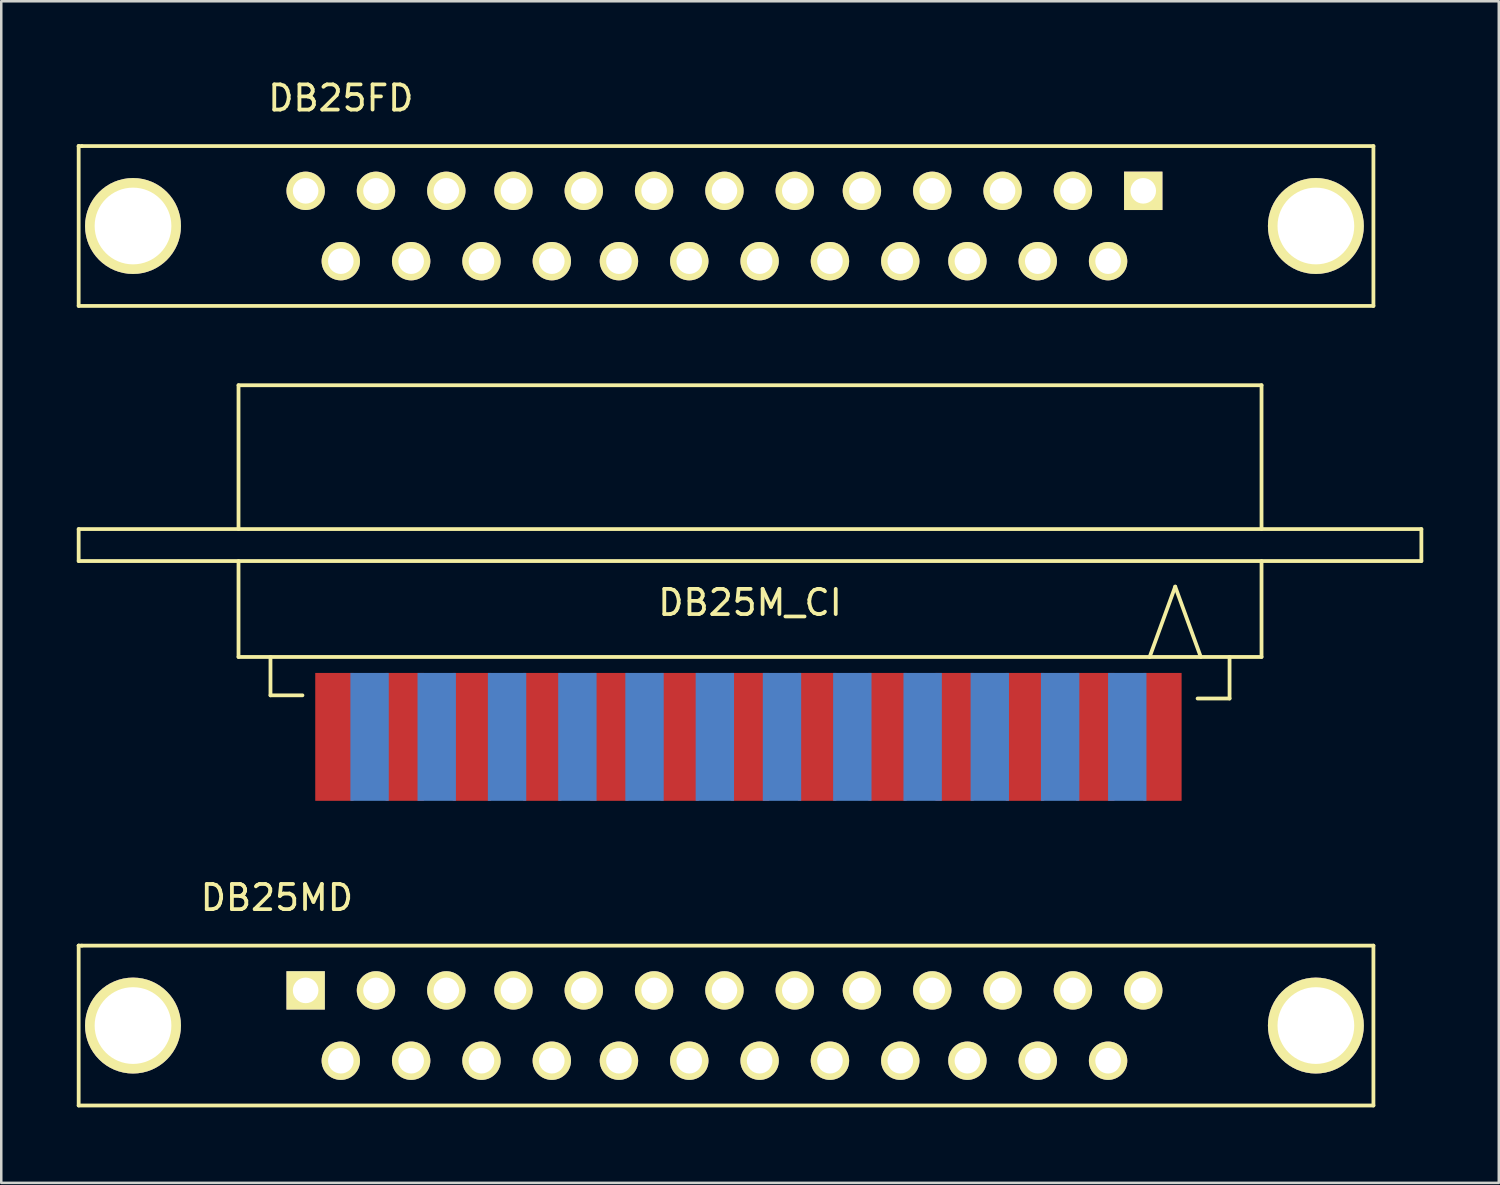
<source format=kicad_pcb>
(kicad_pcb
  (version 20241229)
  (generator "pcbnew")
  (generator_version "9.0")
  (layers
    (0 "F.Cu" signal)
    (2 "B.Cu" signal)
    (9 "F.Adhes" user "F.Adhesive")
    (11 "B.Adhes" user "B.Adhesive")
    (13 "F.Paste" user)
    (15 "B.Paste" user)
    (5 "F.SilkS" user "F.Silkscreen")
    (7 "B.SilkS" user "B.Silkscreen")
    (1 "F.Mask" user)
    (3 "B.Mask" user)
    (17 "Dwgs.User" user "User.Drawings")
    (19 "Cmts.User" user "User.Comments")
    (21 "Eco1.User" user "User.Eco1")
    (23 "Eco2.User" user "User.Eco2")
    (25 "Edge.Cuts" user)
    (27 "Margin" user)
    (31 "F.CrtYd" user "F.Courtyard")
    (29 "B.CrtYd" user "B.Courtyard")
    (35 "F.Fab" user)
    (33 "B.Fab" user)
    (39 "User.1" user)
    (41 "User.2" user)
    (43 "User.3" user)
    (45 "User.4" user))
  (footprint "DB25MD"
    (layer "F.Cu")
    (at 25.729 37.691)
    (property "Reference" "DB25MD" (at -17.78 -5.08 180) (layer "F.SilkS") (effects (font (size 1 1) (thickness 0.15))))
    (attr through_hole)
    (fp_line (start -25.654 -3.175) (end -25.654 -3.175) (stroke (width 0.15) (type solid)) (layer "F.SilkS"))
    (fp_line (start -25.654 -3.175) (end -25.654 3.175) (stroke (width 0.15) (type solid)) (layer "F.SilkS"))
    (fp_line (start -25.654 3.175) (end 25.781 3.175) (stroke (width 0.15) (type solid)) (layer "F.SilkS"))
    (fp_line (start -25.527 -3.175) (end -25.654 -3.175) (stroke (width 0.15) (type solid)) (layer "F.SilkS"))
    (fp_line (start 25.781 -3.175) (end -25.527 -3.175) (stroke (width 0.15) (type solid)) (layer "F.SilkS"))
    (fp_line (start 25.781 3.175) (end 25.781 -3.175) (stroke (width 0.15) (type solid)) (layer "F.SilkS"))
    (pad "0" thru_hole circle (at -23.495 0) (size 3.81 3.81) (drill 3.048) (layers "*.Cu" "*.Mask" "F.SilkS"))
    (pad "0" thru_hole circle (at 23.495 0) (size 3.81 3.81) (drill 3.048) (layers "*.Cu" "*.Mask" "F.SilkS"))
    (pad "1" thru_hole rect (at -16.637 -1.397) (size 1.524 1.524) (drill 1.016) (layers "*.Cu" "*.Mask" "F.SilkS"))
    (pad "2" thru_hole circle (at -13.843 -1.397) (size 1.524 1.524) (drill 1.016) (layers "*.Cu" "*.Mask" "F.SilkS"))
    (pad "3" thru_hole circle (at -11.049 -1.397) (size 1.524 1.524) (drill 1.016) (layers "*.Cu" "*.Mask" "F.SilkS"))
    (pad "4" thru_hole circle (at -8.382 -1.397) (size 1.524 1.524) (drill 1.016) (layers "*.Cu" "*.Mask" "F.SilkS"))
    (pad "5" thru_hole circle (at -5.588 -1.397) (size 1.524 1.524) (drill 1.016) (layers "*.Cu" "*.Mask" "F.SilkS"))
    (pad "6" thru_hole circle (at -2.794 -1.397) (size 1.524 1.524) (drill 1.016) (layers "*.Cu" "*.Mask" "F.SilkS"))
    (pad "7" thru_hole circle (at 0 -1.397) (size 1.524 1.524) (drill 1.016) (layers "*.Cu" "*.Mask" "F.SilkS"))
    (pad "8" thru_hole circle (at 2.794 -1.397) (size 1.524 1.524) (drill 1.016) (layers "*.Cu" "*.Mask" "F.SilkS"))
    (pad "9" thru_hole circle (at 5.461 -1.397) (size 1.524 1.524) (drill 1.016) (layers "*.Cu" "*.Mask" "F.SilkS"))
    (pad "10" thru_hole circle (at 8.255 -1.397) (size 1.524 1.524) (drill 1.016) (layers "*.Cu" "*.Mask" "F.SilkS"))
    (pad "11" thru_hole circle (at 11.049 -1.397) (size 1.524 1.524) (drill 1.016) (layers "*.Cu" "*.Mask" "F.SilkS"))
    (pad "12" thru_hole circle (at 13.843 -1.397) (size 1.524 1.524) (drill 1.016) (layers "*.Cu" "*.Mask" "F.SilkS"))
    (pad "13" thru_hole circle (at 16.637 -1.397) (size 1.524 1.524) (drill 1.016) (layers "*.Cu" "*.Mask" "F.SilkS"))
    (pad "14" thru_hole circle (at -15.24 1.397) (size 1.524 1.524) (drill 1.016) (layers "*.Cu" "*.Mask" "F.SilkS"))
    (pad "15" thru_hole circle (at -12.446 1.397) (size 1.524 1.524) (drill 1.016) (layers "*.Cu" "*.Mask" "F.SilkS"))
    (pad "16" thru_hole circle (at -9.652 1.397) (size 1.524 1.524) (drill 1.016) (layers "*.Cu" "*.Mask" "F.SilkS"))
    (pad "17" thru_hole circle (at -6.858 1.397) (size 1.524 1.524) (drill 1.016) (layers "*.Cu" "*.Mask" "F.SilkS"))
    (pad "18" thru_hole circle (at -4.191 1.397) (size 1.524 1.524) (drill 1.016) (layers "*.Cu" "*.Mask" "F.SilkS"))
    (pad "19" thru_hole circle (at -1.397 1.397) (size 1.524 1.524) (drill 1.016) (layers "*.Cu" "*.Mask" "F.SilkS"))
    (pad "20" thru_hole circle (at 1.397 1.397) (size 1.524 1.524) (drill 1.016) (layers "*.Cu" "*.Mask" "F.SilkS"))
    (pad "21" thru_hole circle (at 4.191 1.397) (size 1.524 1.524) (drill 1.016) (layers "*.Cu" "*.Mask" "F.SilkS"))
    (pad "22" thru_hole circle (at 6.985 1.397) (size 1.524 1.524) (drill 1.016) (layers "*.Cu" "*.Mask" "F.SilkS"))
    (pad "23" thru_hole circle (at 9.652 1.397) (size 1.524 1.524) (drill 1.016) (layers "*.Cu" "*.Mask" "F.SilkS"))
    (pad "24" thru_hole circle (at 12.446 1.397) (size 1.524 1.524) (drill 1.016) (layers "*.Cu" "*.Mask" "F.SilkS"))
    (pad "25" thru_hole circle (at 15.24 1.397) (size 1.524 1.524) (drill 1.016) (layers "*.Cu" "*.Mask" "F.SilkS")))
  (footprint "DB25FD"
    (layer "F.Cu")
    (at 25.729 5.928)
    (property "Reference" "DB25FD" (at -15.24 -5.08 180) (layer "F.SilkS") (effects (font (size 1 1) (thickness 0.15))))
    (attr through_hole)
    (fp_line (start -25.654 -3.175) (end -25.654 -3.175) (stroke (width 0.15) (type solid)) (layer "F.SilkS"))
    (fp_line (start -25.654 -3.175) (end -25.654 3.175) (stroke (width 0.15) (type solid)) (layer "F.SilkS"))
    (fp_line (start -25.654 3.175) (end 25.781 3.175) (stroke (width 0.15) (type solid)) (layer "F.SilkS"))
    (fp_line (start -25.527 -3.175) (end -25.654 -3.175) (stroke (width 0.15) (type solid)) (layer "F.SilkS"))
    (fp_line (start 25.781 -3.175) (end -25.527 -3.175) (stroke (width 0.15) (type solid)) (layer "F.SilkS"))
    (fp_line (start 25.781 3.175) (end 25.781 -3.175) (stroke (width 0.15) (type solid)) (layer "F.SilkS"))
    (pad "0" thru_hole circle (at -23.495 0) (size 3.81 3.81) (drill 3.048) (layers "*.Cu" "*.Mask" "F.SilkS"))
    (pad "0" thru_hole circle (at 23.495 0) (size 3.81 3.81) (drill 3.048) (layers "*.Cu" "*.Mask" "F.SilkS"))
    (pad "1" thru_hole rect (at 16.637 -1.397) (size 1.524 1.524) (drill 1.016) (layers "*.Cu" "*.Mask" "F.SilkS"))
    (pad "2" thru_hole circle (at 13.843 -1.397) (size 1.524 1.524) (drill 1.016) (layers "*.Cu" "*.Mask" "F.SilkS"))
    (pad "3" thru_hole circle (at 11.049 -1.397) (size 1.524 1.524) (drill 1.016) (layers "*.Cu" "*.Mask" "F.SilkS"))
    (pad "4" thru_hole circle (at 8.255 -1.397) (size 1.524 1.524) (drill 1.016) (layers "*.Cu" "*.Mask" "F.SilkS"))
    (pad "5" thru_hole circle (at 5.461 -1.397) (size 1.524 1.524) (drill 1.016) (layers "*.Cu" "*.Mask" "F.SilkS"))
    (pad "6" thru_hole circle (at 2.794 -1.397) (size 1.524 1.524) (drill 1.016) (layers "*.Cu" "*.Mask" "F.SilkS"))
    (pad "7" thru_hole circle (at 0 -1.397) (size 1.524 1.524) (drill 1.016) (layers "*.Cu" "*.Mask" "F.SilkS"))
    (pad "8" thru_hole circle (at -2.794 -1.397) (size 1.524 1.524) (drill 1.016) (layers "*.Cu" "*.Mask" "F.SilkS"))
    (pad "9" thru_hole circle (at -5.588 -1.397) (size 1.524 1.524) (drill 1.016) (layers "*.Cu" "*.Mask" "F.SilkS"))
    (pad "10" thru_hole circle (at -8.382 -1.397) (size 1.524 1.524) (drill 1.016) (layers "*.Cu" "*.Mask" "F.SilkS"))
    (pad "11" thru_hole circle (at -11.049 -1.397) (size 1.524 1.524) (drill 1.016) (layers "*.Cu" "*.Mask" "F.SilkS"))
    (pad "12" thru_hole circle (at -13.843 -1.397) (size 1.524 1.524) (drill 1.016) (layers "*.Cu" "*.Mask" "F.SilkS"))
    (pad "13" thru_hole circle (at -16.637 -1.397) (size 1.524 1.524) (drill 1.016) (layers "*.Cu" "*.Mask" "F.SilkS"))
    (pad "14" thru_hole circle (at 15.24 1.397) (size 1.524 1.524) (drill 1.016) (layers "*.Cu" "*.Mask" "F.SilkS"))
    (pad "15" thru_hole circle (at 12.446 1.397) (size 1.524 1.524) (drill 1.016) (layers "*.Cu" "*.Mask" "F.SilkS"))
    (pad "16" thru_hole circle (at 9.652 1.397) (size 1.524 1.524) (drill 1.016) (layers "*.Cu" "*.Mask" "F.SilkS"))
    (pad "17" thru_hole circle (at 6.985 1.397) (size 1.524 1.524) (drill 1.016) (layers "*.Cu" "*.Mask" "F.SilkS"))
    (pad "18" thru_hole circle (at 4.191 1.397) (size 1.524 1.524) (drill 1.016) (layers "*.Cu" "*.Mask" "F.SilkS"))
    (pad "19" thru_hole circle (at 1.397 1.397) (size 1.524 1.524) (drill 1.016) (layers "*.Cu" "*.Mask" "F.SilkS"))
    (pad "20" thru_hole circle (at -1.397 1.397) (size 1.524 1.524) (drill 1.016) (layers "*.Cu" "*.Mask" "F.SilkS"))
    (pad "21" thru_hole circle (at -4.191 1.397) (size 1.524 1.524) (drill 1.016) (layers "*.Cu" "*.Mask" "F.SilkS"))
    (pad "22" thru_hole circle (at -6.858 1.397) (size 1.524 1.524) (drill 1.016) (layers "*.Cu" "*.Mask" "F.SilkS"))
    (pad "23" thru_hole circle (at -9.652 1.397) (size 1.524 1.524) (drill 1.016) (layers "*.Cu" "*.Mask" "F.SilkS"))
    (pad "24" thru_hole circle (at -12.446 1.397) (size 1.524 1.524) (drill 1.016) (layers "*.Cu" "*.Mask" "F.SilkS"))
    (pad "25" thru_hole circle (at -15.24 1.397) (size 1.524 1.524) (drill 1.016) (layers "*.Cu" "*.Mask" "F.SilkS")))
  (footprint "DB25M_CI"
    (layer "F.Cu")
    (at 26.745 23.556)
    (property "Reference" "DB25M_CI" (at 0 -2.667 180) (layer "F.SilkS") (effects (font (size 1 1) (thickness 0.15))))
    (attr through_hole)
    (fp_line (start -26.67 -5.588) (end -26.67 -4.318) (stroke (width 0.15) (type solid)) (layer "F.SilkS"))
    (fp_line (start -26.67 -4.318) (end 26.67 -4.318) (stroke (width 0.15) (type solid)) (layer "F.SilkS"))
    (fp_line (start -20.32 -11.303) (end 20.32 -11.303) (stroke (width 0.15) (type solid)) (layer "F.SilkS"))
    (fp_line (start -20.32 -5.588) (end -20.32 -11.303) (stroke (width 0.15) (type solid)) (layer "F.SilkS"))
    (fp_line (start -20.32 -0.508) (end -20.32 -4.318) (stroke (width 0.15) (type solid)) (layer "F.SilkS"))
    (fp_line (start -19.05 -0.508) (end -19.05 1.016) (stroke (width 0.15) (type solid)) (layer "F.SilkS"))
    (fp_line (start -19.05 1.016) (end -17.78 1.016) (stroke (width 0.15) (type solid)) (layer "F.SilkS"))
    (fp_line (start 15.875 -0.508) (end 16.891 -3.302) (stroke (width 0.15) (type solid)) (layer "F.SilkS"))
    (fp_line (start 16.891 -3.302) (end 17.907 -0.508) (stroke (width 0.15) (type solid)) (layer "F.SilkS"))
    (fp_line (start 19.05 -0.508) (end 19.05 1.143) (stroke (width 0.15) (type solid)) (layer "F.SilkS"))
    (fp_line (start 19.05 1.143) (end 17.78 1.143) (stroke (width 0.15) (type solid)) (layer "F.SilkS"))
    (fp_line (start 20.32 -11.303) (end 20.32 -5.588) (stroke (width 0.15) (type solid)) (layer "F.SilkS"))
    (fp_line (start 20.32 -4.318) (end 20.32 -0.508) (stroke (width 0.15) (type solid)) (layer "F.SilkS"))
    (fp_line (start 20.32 -0.508) (end -20.32 -0.508) (stroke (width 0.15) (type solid)) (layer "F.SilkS"))
    (fp_line (start 26.67 -5.588) (end -26.67 -5.588) (stroke (width 0.15) (type solid)) (layer "F.SilkS"))
    (fp_line (start 26.67 -5.588) (end 26.67 -4.318) (stroke (width 0.15) (type solid)) (layer "F.SilkS"))
    (pad "1" connect rect (at 16.383 2.667 90) (size 5.08 1.524) (layers "F.Cu" "F.Mask"))
    (pad "2" connect rect (at 13.716 2.667 90) (size 5.08 1.524) (layers "F.Cu" "F.Mask"))
    (pad "3" connect rect (at 10.922 2.667 90) (size 5.08 1.524) (layers "F.Cu" "F.Mask"))
    (pad "4" connect rect (at 8.128 2.667 90) (size 5.08 1.524) (layers "F.Cu" "F.Mask"))
    (pad "5" connect rect (at 5.461 2.667 90) (size 5.08 1.524) (layers "F.Cu" "F.Mask"))
    (pad "6" connect rect (at 2.667 2.667 90) (size 5.08 1.524) (layers "F.Cu" "F.Mask"))
    (pad "7" connect rect (at 0 2.667 90) (size 5.08 1.524) (layers "F.Cu" "F.Mask"))
    (pad "8" connect rect (at -2.794 2.667 90) (size 5.08 1.524) (layers "F.Cu" "F.Mask"))
    (pad "9" connect rect (at -5.588 2.667 90) (size 5.08 1.524) (layers "F.Cu" "F.Mask"))
    (pad "10" connect rect (at -8.255 2.667 90) (size 5.08 1.524) (layers "F.Cu" "F.Mask"))
    (pad "11" connect rect (at -11.049 2.667 90) (size 5.08 1.524) (layers "F.Cu" "F.Mask"))
    (pad "12" connect rect (at -13.716 2.667 90) (size 5.08 1.524) (layers "F.Cu" "F.Mask"))
    (pad "13" connect rect (at -16.51 2.667 90) (size 5.08 1.524) (layers "F.Cu" "F.Mask"))
    (pad "14" connect rect (at 14.986 2.667 90) (size 5.08 1.524) (layers "B.Cu" "B.Mask"))
    (pad "15" connect rect (at 12.319 2.667 90) (size 5.08 1.524) (layers "B.Cu" "B.Mask"))
    (pad "16" connect rect (at 9.525 2.667 90) (size 5.08 1.524) (layers "B.Cu" "B.Mask"))
    (pad "17" connect rect (at 6.858 2.667 90) (size 5.08 1.524) (layers "B.Cu" "B.Mask"))
    (pad "18" connect rect (at 4.064 2.667 90) (size 5.08 1.524) (layers "B.Cu" "B.Mask"))
    (pad "19" connect rect (at 1.27 2.667 90) (size 5.08 1.524) (layers "B.Cu" "B.Mask"))
    (pad "20" connect rect (at -1.397 2.667 90) (size 5.08 1.524) (layers "B.Cu" "B.Mask"))
    (pad "21" connect rect (at -4.191 2.667 90) (size 5.08 1.524) (layers "B.Cu" "B.Mask"))
    (pad "22" connect rect (at -6.858 2.667 90) (size 5.08 1.524) (layers "B.Cu" "B.Mask"))
    (pad "23" connect rect (at -9.652 2.667 90) (size 5.08 1.524) (layers "B.Cu" "B.Mask"))
    (pad "24" connect rect (at -12.446 2.667 90) (size 5.08 1.524) (layers "B.Cu" "B.Mask"))
    (pad "25" connect rect (at -15.113 2.667 90) (size 5.08 1.524) (layers "B.Cu" "B.Mask")))
  (gr_rect
    (start -3 -3)
    (end 56.49 43.941)
    (stroke (width 0.1) (type default))
    (fill no)
    (layer "Edge.Cuts")))
</source>
